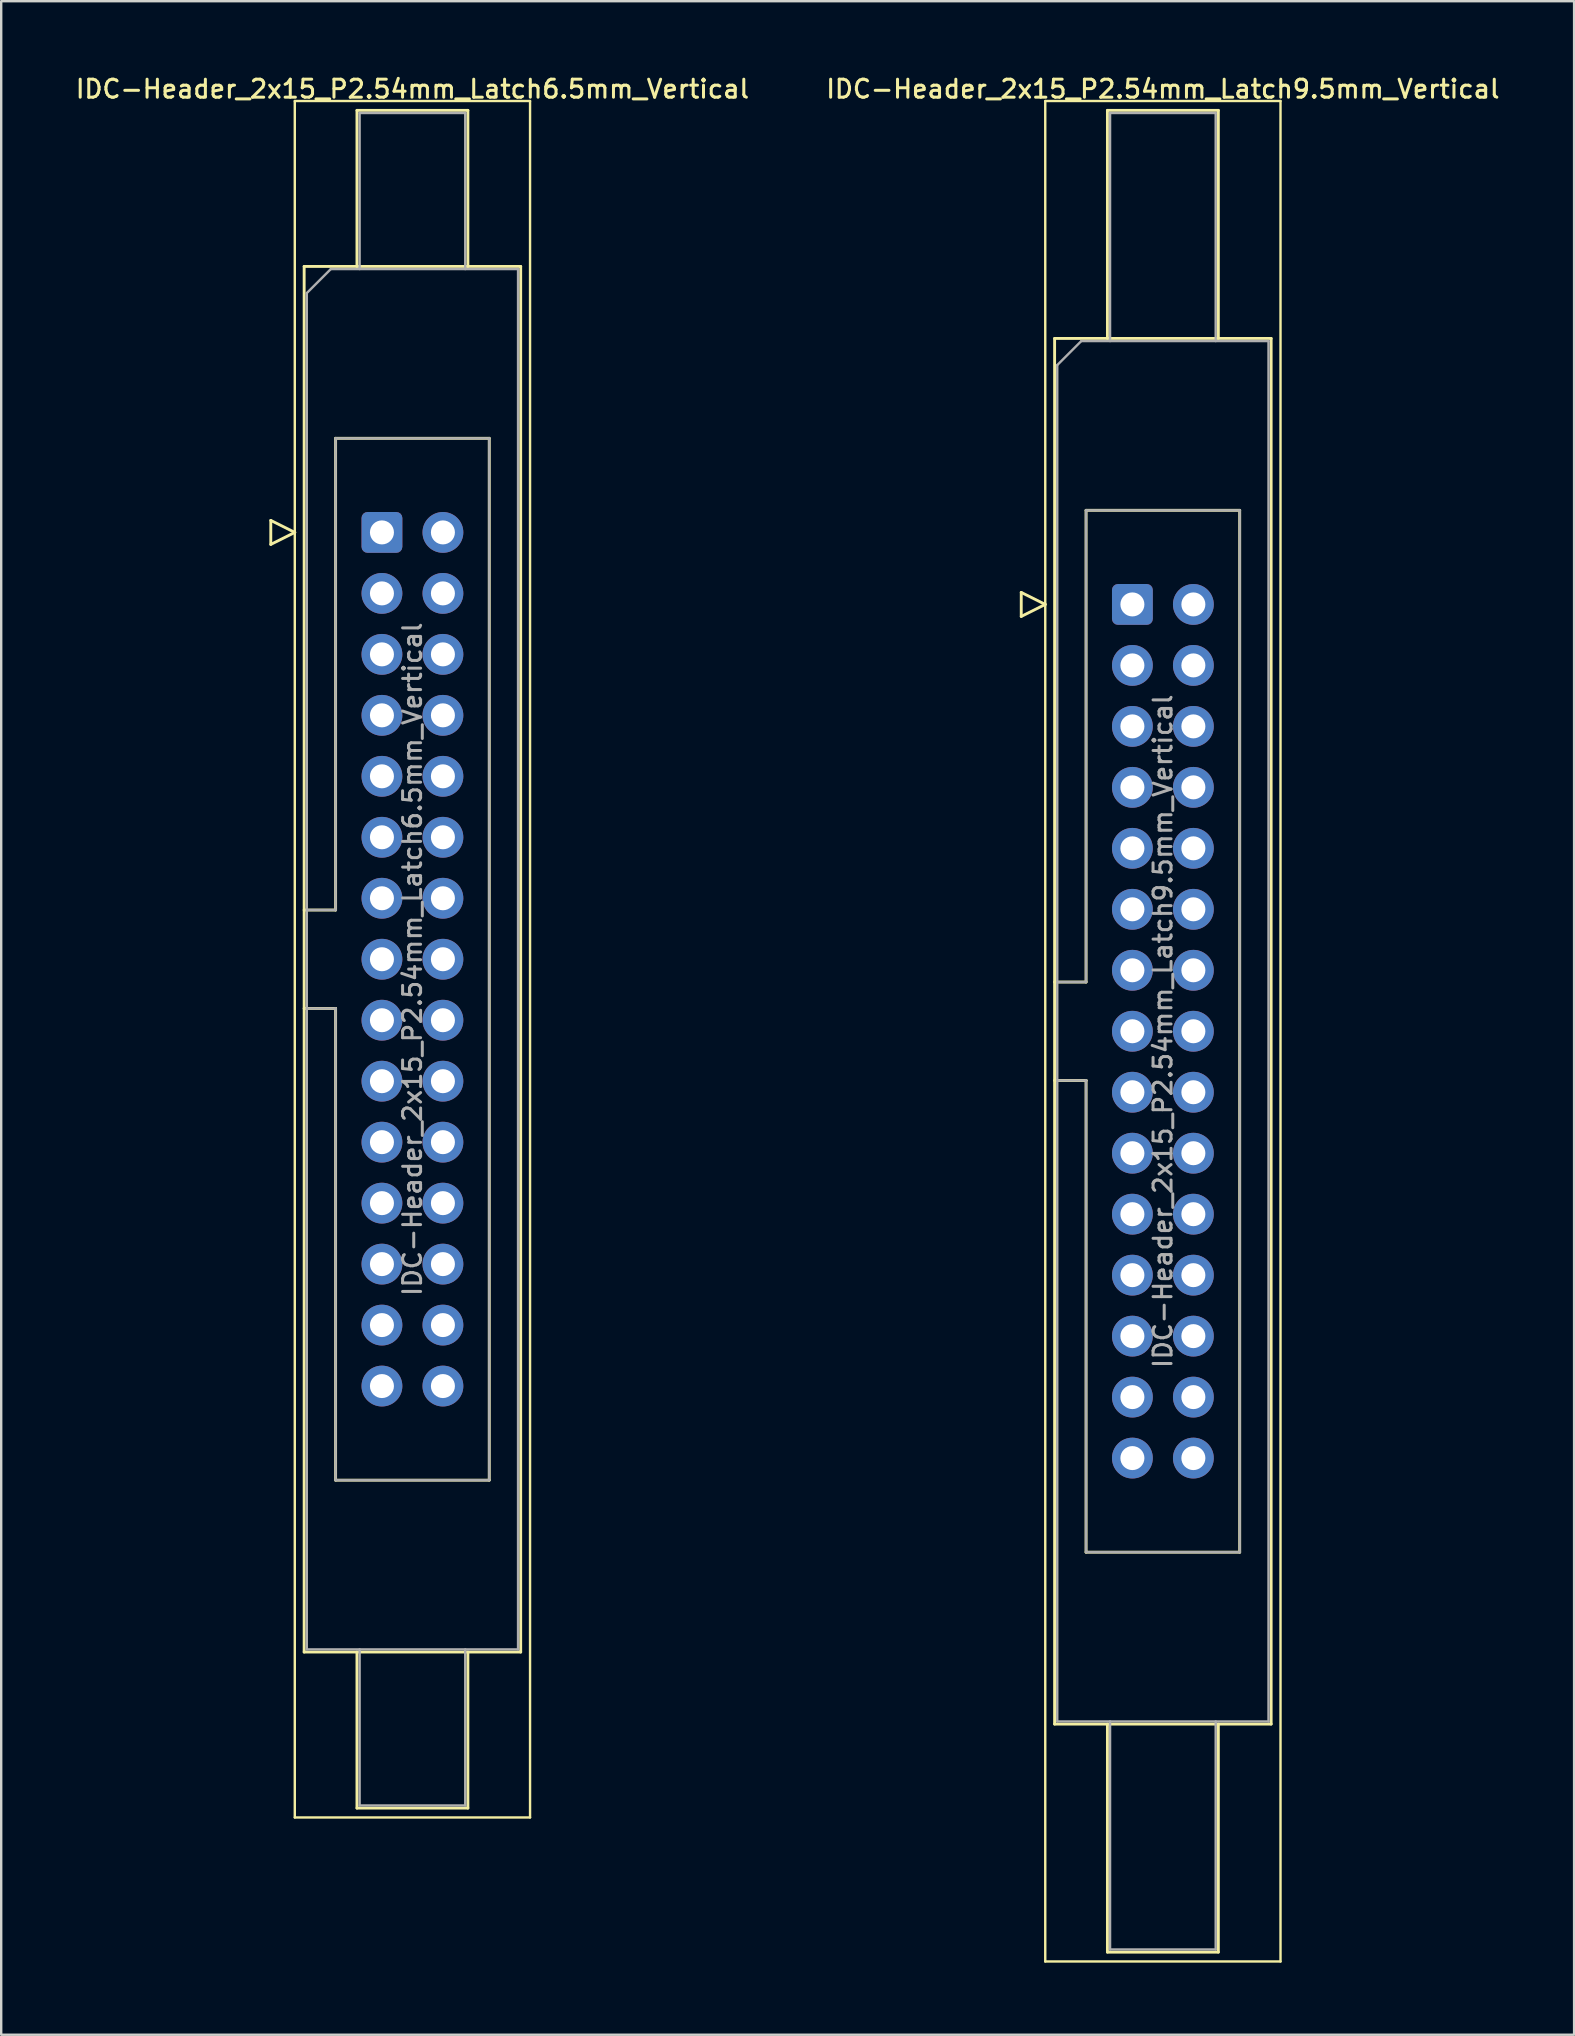
<source format=kicad_pcb>
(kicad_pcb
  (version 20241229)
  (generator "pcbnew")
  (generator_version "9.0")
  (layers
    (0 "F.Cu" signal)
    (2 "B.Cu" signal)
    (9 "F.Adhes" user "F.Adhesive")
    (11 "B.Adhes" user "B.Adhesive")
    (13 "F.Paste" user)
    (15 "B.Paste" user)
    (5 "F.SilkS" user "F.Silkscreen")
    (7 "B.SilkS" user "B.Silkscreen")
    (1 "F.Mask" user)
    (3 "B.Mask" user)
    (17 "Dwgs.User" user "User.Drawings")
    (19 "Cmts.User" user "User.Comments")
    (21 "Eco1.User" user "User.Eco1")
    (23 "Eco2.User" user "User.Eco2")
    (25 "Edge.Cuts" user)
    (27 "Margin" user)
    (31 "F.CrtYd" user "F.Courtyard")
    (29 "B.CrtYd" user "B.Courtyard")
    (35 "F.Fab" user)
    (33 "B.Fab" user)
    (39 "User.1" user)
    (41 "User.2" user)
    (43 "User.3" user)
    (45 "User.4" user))
  (footprint "IDC-Header_2x15_P2.54mm_Latch9.5mm_Vertical"
    (layer "F.Cu")
    (at 44.121 22.128)
    (property "Reference" "IDC-Header_2x15_P2.54mm_Latch9.5mm_Vertical" (at 1.27 -21.47 0) (layer "F.SilkS") (effects (font (size 0.75 0.75) (thickness 0.125))))
    (attr through_hole)
    (fp_line (start -4.63 -0.5) (end -4.63 0.5) (stroke (width 0.12) (type solid)) (layer "F.SilkS"))
    (fp_line (start -4.63 0.5) (end -3.63 0) (stroke (width 0.12) (type solid)) (layer "F.SilkS"))
    (fp_line (start -3.63 -20.97) (end -3.63 56.53) (stroke (width 0.1) (type solid)) (layer "F.SilkS"))
    (fp_line (start -3.63 0) (end -4.63 -0.5) (stroke (width 0.12) (type solid)) (layer "F.SilkS"))
    (fp_line (start -3.63 56.53) (end 6.17 56.53) (stroke (width 0.1) (type solid)) (layer "F.SilkS"))
    (fp_line (start -3.24 -11.08) (end 5.78 -11.08) (stroke (width 0.12) (type solid)) (layer "F.SilkS"))
    (fp_line (start -3.24 15.73) (end -1.93 15.73) (stroke (width 0.12) (type solid)) (layer "F.SilkS"))
    (fp_line (start -3.24 46.64) (end -3.24 -11.08) (stroke (width 0.12) (type solid)) (layer "F.SilkS"))
    (fp_line (start -1.93 -3.92) (end 4.47 -3.92) (stroke (width 0.12) (type solid)) (layer "F.SilkS"))
    (fp_line (start -1.93 15.73) (end -1.93 -3.92) (stroke (width 0.12) (type solid)) (layer "F.SilkS"))
    (fp_line (start -1.93 19.83) (end -3.24 19.83) (stroke (width 0.12) (type solid)) (layer "F.SilkS"))
    (fp_line (start -1.93 19.83) (end -1.93 19.83) (stroke (width 0.12) (type solid)) (layer "F.SilkS"))
    (fp_line (start -1.93 39.48) (end -1.93 19.83) (stroke (width 0.12) (type solid)) (layer "F.SilkS"))
    (fp_line (start -1.04 -20.58) (end 3.58 -20.58) (stroke (width 0.12) (type solid)) (layer "F.SilkS"))
    (fp_line (start -1.04 -11.08) (end -1.04 -20.58) (stroke (width 0.12) (type solid)) (layer "F.SilkS"))
    (fp_line (start -1.04 46.64) (end -1.04 56.14) (stroke (width 0.12) (type solid)) (layer "F.SilkS"))
    (fp_line (start -1.04 56.14) (end 3.58 56.14) (stroke (width 0.12) (type solid)) (layer "F.SilkS"))
    (fp_line (start 3.58 -20.58) (end 3.58 -11.08) (stroke (width 0.12) (type solid)) (layer "F.SilkS"))
    (fp_line (start 3.58 56.14) (end 3.58 46.64) (stroke (width 0.12) (type solid)) (layer "F.SilkS"))
    (fp_line (start 4.47 -3.92) (end 4.47 39.48) (stroke (width 0.12) (type solid)) (layer "F.SilkS"))
    (fp_line (start 4.47 39.48) (end -1.93 39.48) (stroke (width 0.12) (type solid)) (layer "F.SilkS"))
    (fp_line (start 5.78 -11.08) (end 5.78 46.64) (stroke (width 0.12) (type solid)) (layer "F.SilkS"))
    (fp_line (start 5.78 46.64) (end -3.24 46.64) (stroke (width 0.12) (type solid)) (layer "F.SilkS"))
    (fp_line (start 6.17 -20.97) (end -3.63 -20.97) (stroke (width 0.1) (type solid)) (layer "F.SilkS"))
    (fp_line (start 6.17 56.53) (end 6.17 -20.97) (stroke (width 0.1) (type solid)) (layer "F.SilkS"))
    (fp_line (start -3.13 -9.97) (end -2.13 -10.97) (stroke (width 0.1) (type solid)) (layer "F.Fab"))
    (fp_line (start -3.13 15.73) (end -1.93 15.73) (stroke (width 0.1) (type solid)) (layer "F.Fab"))
    (fp_line (start -3.13 46.53) (end -3.13 -9.97) (stroke (width 0.1) (type solid)) (layer "F.Fab"))
    (fp_line (start -2.13 -10.97) (end 5.67 -10.97) (stroke (width 0.1) (type solid)) (layer "F.Fab"))
    (fp_line (start -1.93 -3.92) (end 4.47 -3.92) (stroke (width 0.1) (type solid)) (layer "F.Fab"))
    (fp_line (start -1.93 15.73) (end -1.93 -3.92) (stroke (width 0.1) (type solid)) (layer "F.Fab"))
    (fp_line (start -1.93 19.83) (end -3.13 19.83) (stroke (width 0.1) (type solid)) (layer "F.Fab"))
    (fp_line (start -1.93 19.83) (end -1.93 19.83) (stroke (width 0.1) (type solid)) (layer "F.Fab"))
    (fp_line (start -1.93 39.48) (end -1.93 19.83) (stroke (width 0.1) (type solid)) (layer "F.Fab"))
    (fp_line (start -0.93 -20.47) (end 3.47 -20.47) (stroke (width 0.1) (type solid)) (layer "F.Fab"))
    (fp_line (start -0.93 -10.97) (end -0.93 -20.47) (stroke (width 0.1) (type solid)) (layer "F.Fab"))
    (fp_line (start -0.93 46.53) (end -0.93 56.03) (stroke (width 0.1) (type solid)) (layer "F.Fab"))
    (fp_line (start -0.93 56.03) (end 3.47 56.03) (stroke (width 0.1) (type solid)) (layer "F.Fab"))
    (fp_line (start 3.47 -20.47) (end 3.47 -10.97) (stroke (width 0.1) (type solid)) (layer "F.Fab"))
    (fp_line (start 3.47 56.03) (end 3.47 46.53) (stroke (width 0.1) (type solid)) (layer "F.Fab"))
    (fp_line (start 4.47 -3.92) (end 4.47 39.48) (stroke (width 0.1) (type solid)) (layer "F.Fab"))
    (fp_line (start 4.47 39.48) (end -1.93 39.48) (stroke (width 0.1) (type solid)) (layer "F.Fab"))
    (fp_line (start 5.67 -10.97) (end 5.67 46.53) (stroke (width 0.1) (type solid)) (layer "F.Fab"))
    (fp_line (start 5.67 46.53) (end -3.13 46.53) (stroke (width 0.1) (type solid)) (layer "F.Fab"))
    (fp_text user "${REFERENCE}" (at 1.27 17.78 90) (layer "F.Fab") (effects (font (size 0.75 0.75) (thickness 0.125))))
    (pad "1" thru_hole roundrect (at 0 0) (size 1.7 1.7) (drill 1) (layers "*.Cu" "*.Mask") (roundrect_rratio 0.147))
    (pad "2" thru_hole circle (at 2.54 0) (size 1.7 1.7) (drill 1) (layers "*.Cu" "*.Mask"))
    (pad "3" thru_hole circle (at 0 2.54) (size 1.7 1.7) (drill 1) (layers "*.Cu" "*.Mask"))
    (pad "4" thru_hole circle (at 2.54 2.54) (size 1.7 1.7) (drill 1) (layers "*.Cu" "*.Mask"))
    (pad "5" thru_hole circle (at 0 5.08) (size 1.7 1.7) (drill 1) (layers "*.Cu" "*.Mask"))
    (pad "6" thru_hole circle (at 2.54 5.08) (size 1.7 1.7) (drill 1) (layers "*.Cu" "*.Mask"))
    (pad "7" thru_hole circle (at 0 7.62) (size 1.7 1.7) (drill 1) (layers "*.Cu" "*.Mask"))
    (pad "8" thru_hole circle (at 2.54 7.62) (size 1.7 1.7) (drill 1) (layers "*.Cu" "*.Mask"))
    (pad "9" thru_hole circle (at 0 10.16) (size 1.7 1.7) (drill 1) (layers "*.Cu" "*.Mask"))
    (pad "10" thru_hole circle (at 2.54 10.16) (size 1.7 1.7) (drill 1) (layers "*.Cu" "*.Mask"))
    (pad "11" thru_hole circle (at 0 12.7) (size 1.7 1.7) (drill 1) (layers "*.Cu" "*.Mask"))
    (pad "12" thru_hole circle (at 2.54 12.7) (size 1.7 1.7) (drill 1) (layers "*.Cu" "*.Mask"))
    (pad "13" thru_hole circle (at 0 15.24) (size 1.7 1.7) (drill 1) (layers "*.Cu" "*.Mask"))
    (pad "14" thru_hole circle (at 2.54 15.24) (size 1.7 1.7) (drill 1) (layers "*.Cu" "*.Mask"))
    (pad "15" thru_hole circle (at 0 17.78) (size 1.7 1.7) (drill 1) (layers "*.Cu" "*.Mask"))
    (pad "16" thru_hole circle (at 2.54 17.78) (size 1.7 1.7) (drill 1) (layers "*.Cu" "*.Mask"))
    (pad "17" thru_hole circle (at 0 20.32) (size 1.7 1.7) (drill 1) (layers "*.Cu" "*.Mask"))
    (pad "18" thru_hole circle (at 2.54 20.32) (size 1.7 1.7) (drill 1) (layers "*.Cu" "*.Mask"))
    (pad "19" thru_hole circle (at 0 22.86) (size 1.7 1.7) (drill 1) (layers "*.Cu" "*.Mask"))
    (pad "20" thru_hole circle (at 2.54 22.86) (size 1.7 1.7) (drill 1) (layers "*.Cu" "*.Mask"))
    (pad "21" thru_hole circle (at 0 25.4) (size 1.7 1.7) (drill 1) (layers "*.Cu" "*.Mask"))
    (pad "22" thru_hole circle (at 2.54 25.4) (size 1.7 1.7) (drill 1) (layers "*.Cu" "*.Mask"))
    (pad "23" thru_hole circle (at 0 27.94) (size 1.7 1.7) (drill 1) (layers "*.Cu" "*.Mask"))
    (pad "24" thru_hole circle (at 2.54 27.94) (size 1.7 1.7) (drill 1) (layers "*.Cu" "*.Mask"))
    (pad "25" thru_hole circle (at 0 30.48) (size 1.7 1.7) (drill 1) (layers "*.Cu" "*.Mask"))
    (pad "26" thru_hole circle (at 2.54 30.48) (size 1.7 1.7) (drill 1) (layers "*.Cu" "*.Mask"))
    (pad "27" thru_hole circle (at 0 33.02) (size 1.7 1.7) (drill 1) (layers "*.Cu" "*.Mask"))
    (pad "28" thru_hole circle (at 2.54 33.02) (size 1.7 1.7) (drill 1) (layers "*.Cu" "*.Mask"))
    (pad "29" thru_hole circle (at 0 35.56) (size 1.7 1.7) (drill 1) (layers "*.Cu" "*.Mask"))
    (pad "30" thru_hole circle (at 2.54 35.56) (size 1.7 1.7) (drill 1) (layers "*.Cu" "*.Mask")))
  (footprint "IDC-Header_2x15_P2.54mm_Latch6.5mm_Vertical"
    (layer "F.Cu")
    (at 12.86 19.128)
    (property "Reference" "IDC-Header_2x15_P2.54mm_Latch6.5mm_Vertical" (at 1.27 -18.47 0) (layer "F.SilkS") (effects (font (size 0.75 0.75) (thickness 0.125))))
    (attr through_hole)
    (fp_line (start -4.63 -0.5) (end -4.63 0.5) (stroke (width 0.12) (type solid)) (layer "F.SilkS"))
    (fp_line (start -4.63 0.5) (end -3.63 0) (stroke (width 0.12) (type solid)) (layer "F.SilkS"))
    (fp_line (start -3.63 -17.97) (end -3.63 53.53) (stroke (width 0.1) (type solid)) (layer "F.SilkS"))
    (fp_line (start -3.63 0) (end -4.63 -0.5) (stroke (width 0.12) (type solid)) (layer "F.SilkS"))
    (fp_line (start -3.63 53.53) (end 6.17 53.53) (stroke (width 0.1) (type solid)) (layer "F.SilkS"))
    (fp_line (start -3.24 -11.08) (end 5.78 -11.08) (stroke (width 0.12) (type solid)) (layer "F.SilkS"))
    (fp_line (start -3.24 15.73) (end -1.93 15.73) (stroke (width 0.12) (type solid)) (layer "F.SilkS"))
    (fp_line (start -3.24 46.64) (end -3.24 -11.08) (stroke (width 0.12) (type solid)) (layer "F.SilkS"))
    (fp_line (start -1.93 -3.92) (end 4.47 -3.92) (stroke (width 0.12) (type solid)) (layer "F.SilkS"))
    (fp_line (start -1.93 15.73) (end -1.93 -3.92) (stroke (width 0.12) (type solid)) (layer "F.SilkS"))
    (fp_line (start -1.93 19.83) (end -3.24 19.83) (stroke (width 0.12) (type solid)) (layer "F.SilkS"))
    (fp_line (start -1.93 19.83) (end -1.93 19.83) (stroke (width 0.12) (type solid)) (layer "F.SilkS"))
    (fp_line (start -1.93 39.48) (end -1.93 19.83) (stroke (width 0.12) (type solid)) (layer "F.SilkS"))
    (fp_line (start -1.04 -17.58) (end 3.58 -17.58) (stroke (width 0.12) (type solid)) (layer "F.SilkS"))
    (fp_line (start -1.04 -11.08) (end -1.04 -17.58) (stroke (width 0.12) (type solid)) (layer "F.SilkS"))
    (fp_line (start -1.04 46.64) (end -1.04 53.14) (stroke (width 0.12) (type solid)) (layer "F.SilkS"))
    (fp_line (start -1.04 53.14) (end 3.58 53.14) (stroke (width 0.12) (type solid)) (layer "F.SilkS"))
    (fp_line (start 3.58 -17.58) (end 3.58 -11.08) (stroke (width 0.12) (type solid)) (layer "F.SilkS"))
    (fp_line (start 3.58 53.14) (end 3.58 46.64) (stroke (width 0.12) (type solid)) (layer "F.SilkS"))
    (fp_line (start 4.47 -3.92) (end 4.47 39.48) (stroke (width 0.12) (type solid)) (layer "F.SilkS"))
    (fp_line (start 4.47 39.48) (end -1.93 39.48) (stroke (width 0.12) (type solid)) (layer "F.SilkS"))
    (fp_line (start 5.78 -11.08) (end 5.78 46.64) (stroke (width 0.12) (type solid)) (layer "F.SilkS"))
    (fp_line (start 5.78 46.64) (end -3.24 46.64) (stroke (width 0.12) (type solid)) (layer "F.SilkS"))
    (fp_line (start 6.17 -17.97) (end -3.63 -17.97) (stroke (width 0.1) (type solid)) (layer "F.SilkS"))
    (fp_line (start 6.17 53.53) (end 6.17 -17.97) (stroke (width 0.1) (type solid)) (layer "F.SilkS"))
    (fp_line (start -3.13 -9.97) (end -2.13 -10.97) (stroke (width 0.1) (type solid)) (layer "F.Fab"))
    (fp_line (start -3.13 15.73) (end -1.93 15.73) (stroke (width 0.1) (type solid)) (layer "F.Fab"))
    (fp_line (start -3.13 46.53) (end -3.13 -9.97) (stroke (width 0.1) (type solid)) (layer "F.Fab"))
    (fp_line (start -2.13 -10.97) (end 5.67 -10.97) (stroke (width 0.1) (type solid)) (layer "F.Fab"))
    (fp_line (start -1.93 -3.92) (end 4.47 -3.92) (stroke (width 0.1) (type solid)) (layer "F.Fab"))
    (fp_line (start -1.93 15.73) (end -1.93 -3.92) (stroke (width 0.1) (type solid)) (layer "F.Fab"))
    (fp_line (start -1.93 19.83) (end -3.13 19.83) (stroke (width 0.1) (type solid)) (layer "F.Fab"))
    (fp_line (start -1.93 19.83) (end -1.93 19.83) (stroke (width 0.1) (type solid)) (layer "F.Fab"))
    (fp_line (start -1.93 39.48) (end -1.93 19.83) (stroke (width 0.1) (type solid)) (layer "F.Fab"))
    (fp_line (start -0.93 -17.47) (end 3.47 -17.47) (stroke (width 0.1) (type solid)) (layer "F.Fab"))
    (fp_line (start -0.93 -10.97) (end -0.93 -17.47) (stroke (width 0.1) (type solid)) (layer "F.Fab"))
    (fp_line (start -0.93 46.53) (end -0.93 53.03) (stroke (width 0.1) (type solid)) (layer "F.Fab"))
    (fp_line (start -0.93 53.03) (end 3.47 53.03) (stroke (width 0.1) (type solid)) (layer "F.Fab"))
    (fp_line (start 3.47 -17.47) (end 3.47 -10.97) (stroke (width 0.1) (type solid)) (layer "F.Fab"))
    (fp_line (start 3.47 53.03) (end 3.47 46.53) (stroke (width 0.1) (type solid)) (layer "F.Fab"))
    (fp_line (start 4.47 -3.92) (end 4.47 39.48) (stroke (width 0.1) (type solid)) (layer "F.Fab"))
    (fp_line (start 4.47 39.48) (end -1.93 39.48) (stroke (width 0.1) (type solid)) (layer "F.Fab"))
    (fp_line (start 5.67 -10.97) (end 5.67 46.53) (stroke (width 0.1) (type solid)) (layer "F.Fab"))
    (fp_line (start 5.67 46.53) (end -3.13 46.53) (stroke (width 0.1) (type solid)) (layer "F.Fab"))
    (fp_text user "${REFERENCE}" (at 1.27 17.78 90) (layer "F.Fab") (effects (font (size 0.75 0.75) (thickness 0.125))))
    (pad "1" thru_hole roundrect (at 0 0) (size 1.7 1.7) (drill 1) (layers "*.Cu" "*.Mask") (roundrect_rratio 0.147))
    (pad "2" thru_hole circle (at 2.54 0) (size 1.7 1.7) (drill 1) (layers "*.Cu" "*.Mask"))
    (pad "3" thru_hole circle (at 0 2.54) (size 1.7 1.7) (drill 1) (layers "*.Cu" "*.Mask"))
    (pad "4" thru_hole circle (at 2.54 2.54) (size 1.7 1.7) (drill 1) (layers "*.Cu" "*.Mask"))
    (pad "5" thru_hole circle (at 0 5.08) (size 1.7 1.7) (drill 1) (layers "*.Cu" "*.Mask"))
    (pad "6" thru_hole circle (at 2.54 5.08) (size 1.7 1.7) (drill 1) (layers "*.Cu" "*.Mask"))
    (pad "7" thru_hole circle (at 0 7.62) (size 1.7 1.7) (drill 1) (layers "*.Cu" "*.Mask"))
    (pad "8" thru_hole circle (at 2.54 7.62) (size 1.7 1.7) (drill 1) (layers "*.Cu" "*.Mask"))
    (pad "9" thru_hole circle (at 0 10.16) (size 1.7 1.7) (drill 1) (layers "*.Cu" "*.Mask"))
    (pad "10" thru_hole circle (at 2.54 10.16) (size 1.7 1.7) (drill 1) (layers "*.Cu" "*.Mask"))
    (pad "11" thru_hole circle (at 0 12.7) (size 1.7 1.7) (drill 1) (layers "*.Cu" "*.Mask"))
    (pad "12" thru_hole circle (at 2.54 12.7) (size 1.7 1.7) (drill 1) (layers "*.Cu" "*.Mask"))
    (pad "13" thru_hole circle (at 0 15.24) (size 1.7 1.7) (drill 1) (layers "*.Cu" "*.Mask"))
    (pad "14" thru_hole circle (at 2.54 15.24) (size 1.7 1.7) (drill 1) (layers "*.Cu" "*.Mask"))
    (pad "15" thru_hole circle (at 0 17.78) (size 1.7 1.7) (drill 1) (layers "*.Cu" "*.Mask"))
    (pad "16" thru_hole circle (at 2.54 17.78) (size 1.7 1.7) (drill 1) (layers "*.Cu" "*.Mask"))
    (pad "17" thru_hole circle (at 0 20.32) (size 1.7 1.7) (drill 1) (layers "*.Cu" "*.Mask"))
    (pad "18" thru_hole circle (at 2.54 20.32) (size 1.7 1.7) (drill 1) (layers "*.Cu" "*.Mask"))
    (pad "19" thru_hole circle (at 0 22.86) (size 1.7 1.7) (drill 1) (layers "*.Cu" "*.Mask"))
    (pad "20" thru_hole circle (at 2.54 22.86) (size 1.7 1.7) (drill 1) (layers "*.Cu" "*.Mask"))
    (pad "21" thru_hole circle (at 0 25.4) (size 1.7 1.7) (drill 1) (layers "*.Cu" "*.Mask"))
    (pad "22" thru_hole circle (at 2.54 25.4) (size 1.7 1.7) (drill 1) (layers "*.Cu" "*.Mask"))
    (pad "23" thru_hole circle (at 0 27.94) (size 1.7 1.7) (drill 1) (layers "*.Cu" "*.Mask"))
    (pad "24" thru_hole circle (at 2.54 27.94) (size 1.7 1.7) (drill 1) (layers "*.Cu" "*.Mask"))
    (pad "25" thru_hole circle (at 0 30.48) (size 1.7 1.7) (drill 1) (layers "*.Cu" "*.Mask"))
    (pad "26" thru_hole circle (at 2.54 30.48) (size 1.7 1.7) (drill 1) (layers "*.Cu" "*.Mask"))
    (pad "27" thru_hole circle (at 0 33.02) (size 1.7 1.7) (drill 1) (layers "*.Cu" "*.Mask"))
    (pad "28" thru_hole circle (at 2.54 33.02) (size 1.7 1.7) (drill 1) (layers "*.Cu" "*.Mask"))
    (pad "29" thru_hole circle (at 0 35.56) (size 1.7 1.7) (drill 1) (layers "*.Cu" "*.Mask"))
    (pad "30" thru_hole circle (at 2.54 35.56) (size 1.7 1.7) (drill 1) (layers "*.Cu" "*.Mask")))
  (gr_rect
    (start -3 -3)
    (end 62.521 81.708)
    (stroke (width 0.1) (type default))
    (fill no)
    (layer "Edge.Cuts")))
</source>
